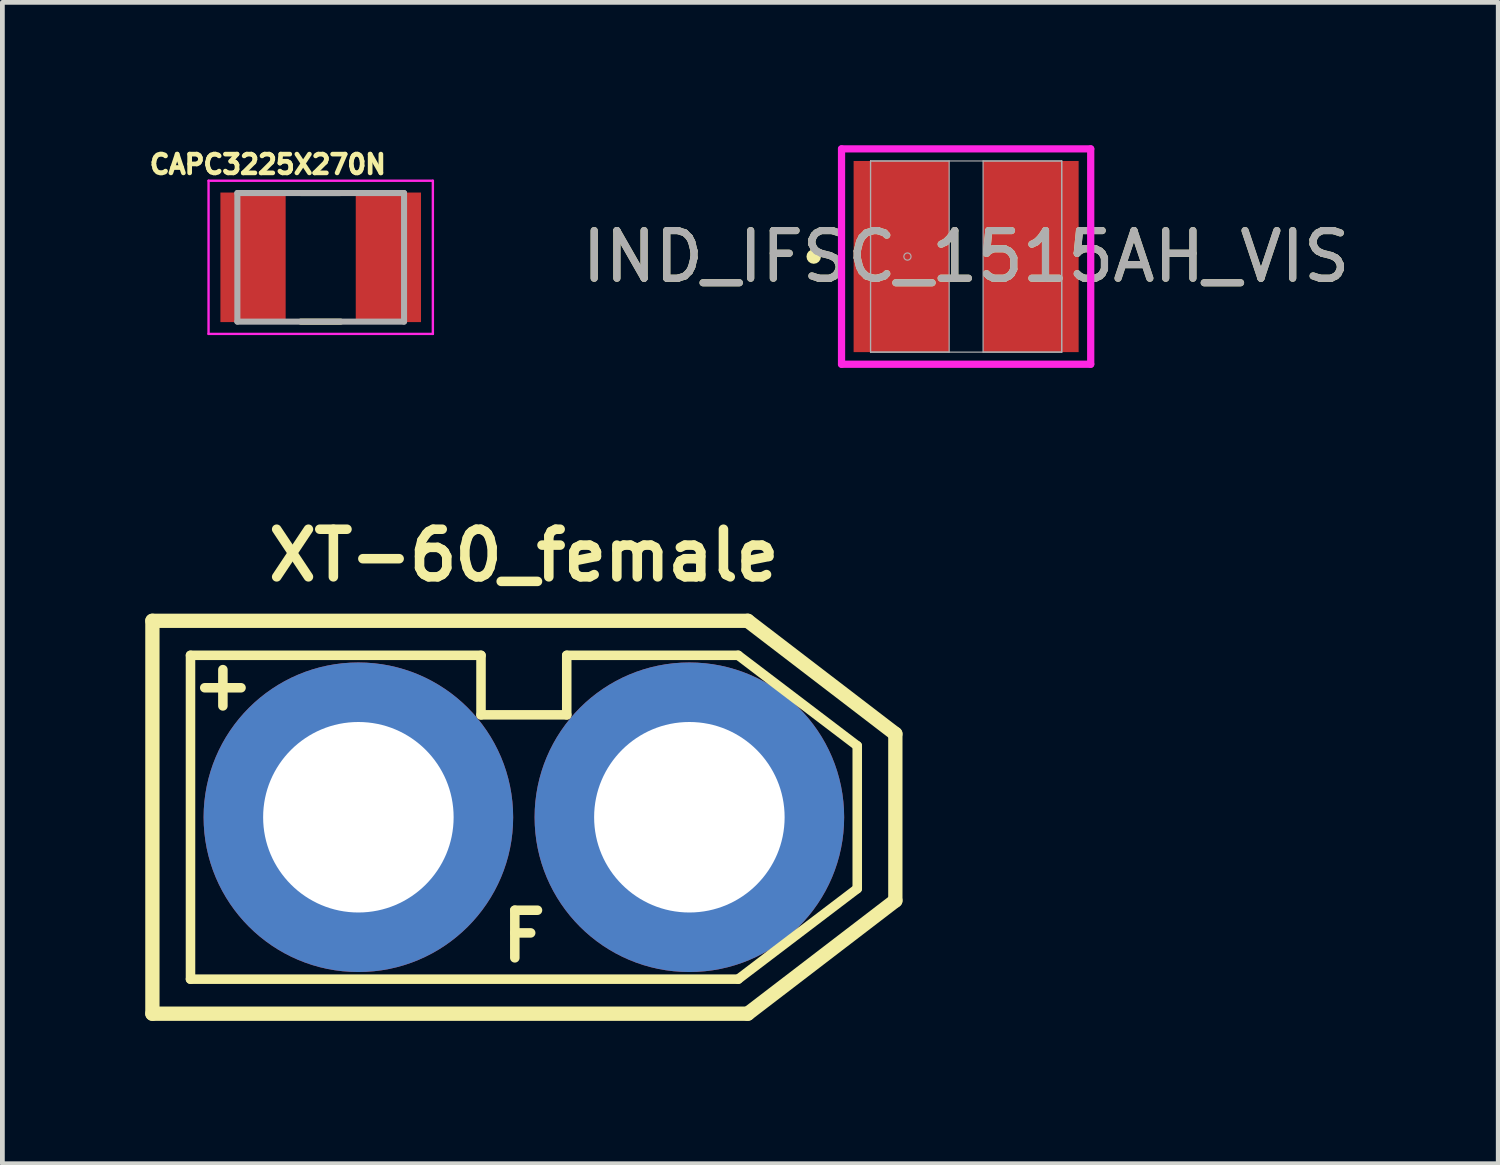
<source format=kicad_pcb>
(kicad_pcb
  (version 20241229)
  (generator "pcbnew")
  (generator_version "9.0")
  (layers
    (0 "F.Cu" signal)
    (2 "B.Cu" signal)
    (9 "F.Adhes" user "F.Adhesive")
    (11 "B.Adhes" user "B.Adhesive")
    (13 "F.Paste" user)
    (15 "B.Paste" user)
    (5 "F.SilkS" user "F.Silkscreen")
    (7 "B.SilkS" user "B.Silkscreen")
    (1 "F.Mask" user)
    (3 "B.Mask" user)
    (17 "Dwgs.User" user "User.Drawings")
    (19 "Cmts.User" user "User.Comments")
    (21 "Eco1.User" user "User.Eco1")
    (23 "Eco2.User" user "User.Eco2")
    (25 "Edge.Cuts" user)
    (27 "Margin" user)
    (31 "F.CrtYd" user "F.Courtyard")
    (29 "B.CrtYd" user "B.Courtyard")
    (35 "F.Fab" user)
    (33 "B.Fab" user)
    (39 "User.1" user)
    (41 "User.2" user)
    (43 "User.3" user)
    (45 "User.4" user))
  (footprint "CAPC3225X270N"
    (layer "F.Cu")
    (at 3.684 2.353)
    (property "Reference" "CAPC3225X270N" (at -1.11 -1.95 0) (layer "F.SilkS") (effects (font (size 0.394 0.394) (thickness 0.15))))
    (attr smd)
    (fp_line (start -0.42 -1.35) (end 0.42 -1.35) (stroke (width 0.127) (type solid)) (layer "F.SilkS"))
    (fp_line (start -0.42 1.35) (end 0.42 1.35) (stroke (width 0.127) (type solid)) (layer "F.SilkS"))
    (fp_line (start -2.355 -1.608) (end 2.355 -1.608) (stroke (width 0.05) (type solid)) (layer "F.CrtYd"))
    (fp_line (start -2.355 1.608) (end -2.355 -1.608) (stroke (width 0.05) (type solid)) (layer "F.CrtYd"))
    (fp_line (start -2.355 1.608) (end 2.355 1.608) (stroke (width 0.05) (type solid)) (layer "F.CrtYd"))
    (fp_line (start 2.355 1.608) (end 2.355 -1.608) (stroke (width 0.05) (type solid)) (layer "F.CrtYd"))
    (fp_line (start -1.75 1.35) (end -1.75 -1.35) (stroke (width 0.127) (type solid)) (layer "F.Fab"))
    (fp_line (start 1.75 -1.35) (end -1.75 -1.35) (stroke (width 0.127) (type solid)) (layer "F.Fab"))
    (fp_line (start 1.75 1.35) (end -1.75 1.35) (stroke (width 0.127) (type solid)) (layer "F.Fab"))
    (fp_line (start 1.75 1.35) (end 1.75 -1.35) (stroke (width 0.127) (type solid)) (layer "F.Fab"))
    (pad "1" smd rect (at -1.421 0) (size 1.37 2.72) (layers "F.Cu" "F.Mask" "F.Paste"))
    (pad "2" smd rect (at 1.421 0) (size 1.37 2.72) (layers "F.Cu" "F.Mask" "F.Paste")))
  (footprint "IND_IFSC_1515AH_VIS"
    (layer "F.Cu")
    (at 17.236 2.337)
    (property "Reference" "IND_IFSC_1515AH_VIS" (at 0 0 0) (unlocked yes) (layer "F.SilkS") (effects (font (size 1 1) (thickness 0.15))))
    (attr smd)
    (fp_circle (center -3.2 0) (end -3.124 0) (stroke (width 0.152) (type solid)) (fill no) (layer "F.SilkS"))
    (fp_line (start -2.616 -2.261) (end 2.616 -2.261) (stroke (width 0.152) (type solid)) (layer "F.CrtYd"))
    (fp_line (start -2.616 2.261) (end -2.616 -2.261) (stroke (width 0.152) (type solid)) (layer "F.CrtYd"))
    (fp_line (start 2.616 -2.261) (end 2.616 2.261) (stroke (width 0.152) (type solid)) (layer "F.CrtYd"))
    (fp_line (start 2.616 2.261) (end -2.616 2.261) (stroke (width 0.152) (type solid)) (layer "F.CrtYd"))
    (fp_line (start -2.007 -2.007) (end -2.007 2.007) (stroke (width 0.025) (type solid)) (layer "F.Fab"))
    (fp_line (start -2.007 -2.007) (end -2.007 2.007) (stroke (width 0.025) (type solid)) (layer "F.Fab"))
    (fp_line (start -2.007 2.007) (end -0.356 2.007) (stroke (width 0.025) (type solid)) (layer "F.Fab"))
    (fp_line (start -2.007 2.007) (end 2.007 2.007) (stroke (width 0.025) (type solid)) (layer "F.Fab"))
    (fp_line (start -0.356 -2.007) (end -2.007 -2.007) (stroke (width 0.025) (type solid)) (layer "F.Fab"))
    (fp_line (start -0.356 2.007) (end -0.356 -2.007) (stroke (width 0.025) (type solid)) (layer "F.Fab"))
    (fp_line (start 0.356 -2.007) (end 0.356 2.007) (stroke (width 0.025) (type solid)) (layer "F.Fab"))
    (fp_line (start 0.356 2.007) (end 2.007 2.007) (stroke (width 0.025) (type solid)) (layer "F.Fab"))
    (fp_line (start 2.007 -2.007) (end -2.007 -2.007) (stroke (width 0.025) (type solid)) (layer "F.Fab"))
    (fp_line (start 2.007 -2.007) (end 0.356 -2.007) (stroke (width 0.025) (type solid)) (layer "F.Fab"))
    (fp_line (start 2.007 2.007) (end 2.007 -2.007) (stroke (width 0.025) (type solid)) (layer "F.Fab"))
    (fp_line (start 2.007 2.007) (end 2.007 -2.007) (stroke (width 0.025) (type solid)) (layer "F.Fab"))
    (fp_circle (center -1.232 0) (end -1.156 0) (stroke (width 0.025) (type solid)) (fill no) (layer "F.Fab"))
    (fp_text user "${REFERENCE}" (at 0 0 0) (unlocked yes) (layer "F.Fab") (effects (font (size 1 1) (thickness 0.15))))
    (pad "1" smd rect (at -1.359 0) (size 2.007 4.013) (layers "F.Cu" "F.Mask" "F.Paste"))
    (pad "2" smd rect (at 1.359 0) (size 2.007 4.013) (layers "F.Cu" "F.Mask" "F.Paste"))
    (zone (net_name "") (layer "F.Cu") (hatch full 0.508) (connect_pads) (min_thickness 0.254) (filled_areas_thickness no) (keepout (tracks not_allowed) (vias not_allowed) (pads allowed) (copperpour not_allowed) (footprints allowed)) (placement (enabled no)) (fill) (polygon (pts (xy 16.931 0.381) (xy 17.541 0.381) (xy 17.541 4.293) (xy 16.931 4.293)))))
  (footprint "XT-60_female"
    (layer "F.Cu")
    (at 7.95 14.11)
    (property "Reference" "XT-60_female" (at 0 -5.5 0) (layer "F.SilkS") (effects (font (size 1 1) (thickness 0.2))))
    (attr through_hole)
    (fp_line (start -7.8 -4.125) (end -7.8 4.125) (stroke (width 0.3) (type solid)) (layer "F.SilkS"))
    (fp_line (start -7.8 -4.125) (end 4.7 -4.125) (stroke (width 0.3) (type solid)) (layer "F.SilkS"))
    (fp_line (start -7.8 4.125) (end 4.7 4.125) (stroke (width 0.3) (type solid)) (layer "F.SilkS"))
    (fp_line (start -7 -3.4) (end -7 3.4) (stroke (width 0.2) (type solid)) (layer "F.SilkS"))
    (fp_line (start -7 -3.4) (end -0.9 -3.4) (stroke (width 0.2) (type solid)) (layer "F.SilkS"))
    (fp_line (start -7 3.4) (end 4.5 3.4) (stroke (width 0.2) (type solid)) (layer "F.SilkS"))
    (fp_line (start -0.9 -3.4) (end -0.9 -2.15) (stroke (width 0.2) (type solid)) (layer "F.SilkS"))
    (fp_line (start -0.9 -2.15) (end 0.9 -2.15) (stroke (width 0.2) (type solid)) (layer "F.SilkS"))
    (fp_line (start 0.9 -3.4) (end 4.5 -3.4) (stroke (width 0.2) (type solid)) (layer "F.SilkS"))
    (fp_line (start 0.9 -2.15) (end 0.9 -3.4) (stroke (width 0.2) (type solid)) (layer "F.SilkS"))
    (fp_line (start 4.5 -3.4) (end 7 -1.5) (stroke (width 0.2) (type solid)) (layer "F.SilkS"))
    (fp_line (start 4.5 3.4) (end 7 1.5) (stroke (width 0.2) (type solid)) (layer "F.SilkS"))
    (fp_line (start 4.7 -4.125) (end 7.8 -1.75) (stroke (width 0.3) (type solid)) (layer "F.SilkS"))
    (fp_line (start 4.7 4.125) (end 7.8 1.75) (stroke (width 0.3) (type solid)) (layer "F.SilkS"))
    (fp_line (start 7 -1.5) (end 7 1.5) (stroke (width 0.2) (type solid)) (layer "F.SilkS"))
    (fp_line (start 7.8 -1.75) (end 7.8 1.75) (stroke (width 0.3) (type solid)) (layer "F.SilkS"))
    (fp_text user "F" (at 0 2.5 0) (layer "F.SilkS") (effects (font (size 1 1) (thickness 0.2))))
    (fp_text user "+" (at -6.32 -2.79 0) (layer "F.SilkS") (effects (font (size 1 1) (thickness 0.2))))
    (pad "1" thru_hole circle (at 3.475 0) (size 6.5 6.5) (drill 4) (layers "*.Cu" "*.Mask"))
    (pad "2" thru_hole circle (at -3.475 0) (size 6.5 6.5) (drill 4) (layers "*.Cu" "*.Mask")))
  (gr_rect
    (start -3 -3)
    (end 28.409 21.385)
    (stroke (width 0.1) (type default))
    (fill no)
    (layer "Edge.Cuts")))
</source>
